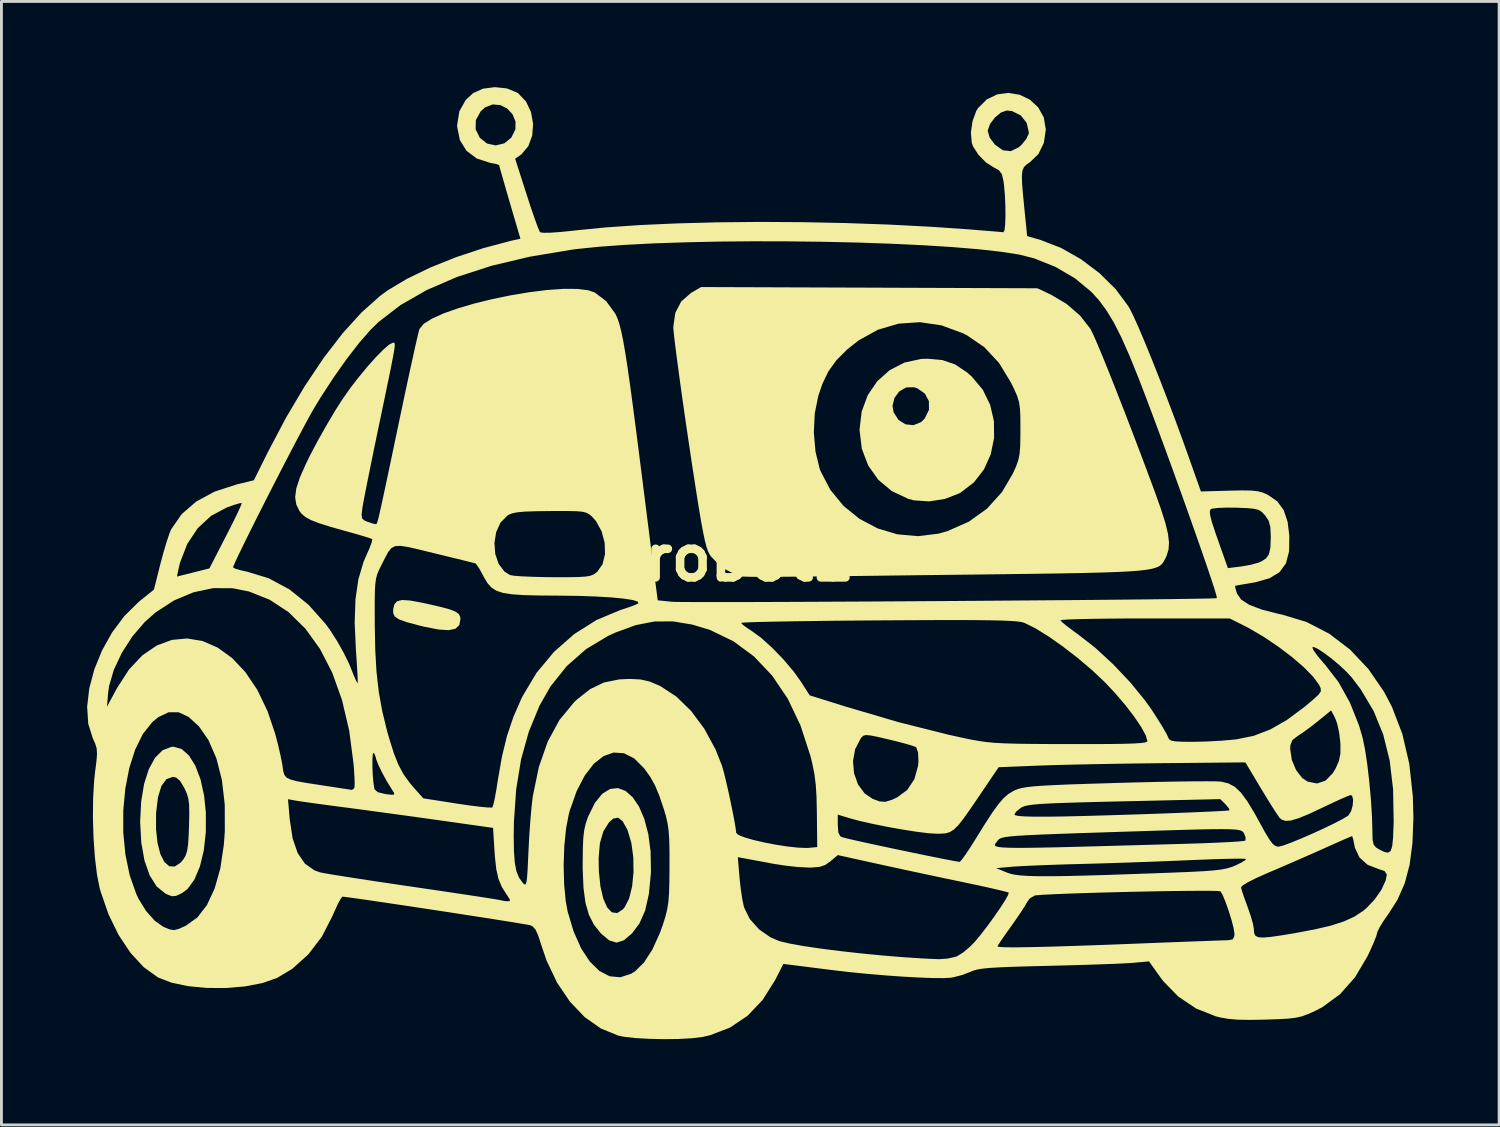
<source format=kicad_pcb>
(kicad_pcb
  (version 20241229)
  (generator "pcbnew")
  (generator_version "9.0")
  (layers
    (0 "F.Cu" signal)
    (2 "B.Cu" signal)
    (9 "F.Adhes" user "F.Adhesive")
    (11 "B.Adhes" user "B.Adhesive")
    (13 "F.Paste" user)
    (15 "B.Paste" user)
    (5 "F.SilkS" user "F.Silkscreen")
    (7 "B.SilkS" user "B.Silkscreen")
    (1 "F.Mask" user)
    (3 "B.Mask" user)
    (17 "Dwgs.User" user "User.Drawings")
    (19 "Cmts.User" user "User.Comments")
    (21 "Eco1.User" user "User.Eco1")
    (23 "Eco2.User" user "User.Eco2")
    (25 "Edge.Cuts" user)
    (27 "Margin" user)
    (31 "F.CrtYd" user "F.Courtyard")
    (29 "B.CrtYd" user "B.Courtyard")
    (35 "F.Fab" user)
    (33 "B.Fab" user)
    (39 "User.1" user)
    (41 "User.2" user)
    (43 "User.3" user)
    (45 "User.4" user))
  (footprint "robot1"
    (layer "F.Cu")
    (at 23.183 16.48)
    (property "Reference" "robot1" (at 0 0 0) (layer "F.SilkS") (effects (font (size 1.5 1.5) (thickness 0.3))))
    (attr board_only exclude_from_pos_files exclude_from_bom)
    (fp_poly (pts (xy -11.879 1.489) (xy -11.473 1.563) (xy -11.29 1.602) (xy -10.824 1.71) (xy -10.499 1.797) (xy -10.291 1.877) (xy -10.175 1.959) (xy -10.126 2.057) (xy -10.118 2.145) (xy -10.158 2.35) (xy -10.29 2.476) (xy -10.527 2.527) (xy -10.885 2.503) (xy -11.376 2.408) (xy -11.599 2.354) (xy -12.002 2.245) (xy -12.264 2.15) (xy -12.412 2.052) (xy -12.471 1.934) (xy -12.471 1.794) (xy -12.428 1.62) (xy -12.331 1.513) (xy -12.156 1.471)) (stroke (width 0) (type solid)) (fill yes) (layer "F.SilkS"))
    (fp_poly (pts (xy 6.75 -6.927) (xy 7.192 -6.776) (xy 7.608 -6.5) (xy 7.775 -6.355) (xy 8.165 -5.89) (xy 8.425 -5.357) (xy 8.556 -4.785) (xy 8.561 -4.199) (xy 8.444 -3.629) (xy 8.208 -3.102) (xy 7.854 -2.645) (xy 7.387 -2.287) (xy 7.344 -2.263) (xy 6.838 -2.066) (xy 6.288 -1.981) (xy 5.756 -2.017) (xy 5.56 -2.068) (xy 4.982 -2.34) (xy 4.509 -2.736) (xy 4.155 -3.236) (xy 3.931 -3.825) (xy 3.852 -4.482) (xy 3.852 -4.495) (xy 3.927 -5.128) (xy 4.001 -5.327) (xy 5.006 -5.327) (xy 5.044 -5.101) (xy 5.216 -4.831) (xy 5.463 -4.677) (xy 5.74 -4.649) (xy 6.005 -4.756) (xy 6.132 -4.88) (xy 6.282 -5.185) (xy 6.28 -5.489) (xy 6.14 -5.753) (xy 5.875 -5.938) (xy 5.759 -5.976) (xy 5.483 -5.969) (xy 5.245 -5.832) (xy 5.075 -5.605) (xy 5.006 -5.327) (xy 4.001 -5.327) (xy 4.139 -5.697) (xy 4.47 -6.185) (xy 4.903 -6.572) (xy 5.419 -6.838) (xy 6 -6.966) (xy 6.223 -6.975)) (stroke (width 0) (type solid)) (fill yes) (layer "F.SilkS"))
    (fp_poly (pts (xy -19.879 6.685) (xy -19.619 6.913) (xy -19.395 7.273) (xy -19.215 7.747) (xy -19.089 8.318) (xy -19.028 8.91) (xy -19.029 9.602) (xy -19.1 10.239) (xy -19.236 10.798) (xy -19.429 11.256) (xy -19.671 11.588) (xy -19.867 11.733) (xy -20.072 11.827) (xy -20.219 11.839) (xy -20.396 11.769) (xy -20.444 11.745) (xy -20.748 11.5) (xy -20.994 11.11) (xy -21.176 10.59) (xy -21.289 9.957) (xy -21.313 9.506) (xy -20.771 9.506) (xy -20.718 9.984) (xy -20.619 10.367) (xy -20.48 10.639) (xy -20.311 10.789) (xy -20.119 10.801) (xy -19.912 10.664) (xy -19.821 10.557) (xy -19.74 10.424) (xy -19.685 10.26) (xy -19.65 10.028) (xy -19.628 9.689) (xy -19.617 9.371) (xy -19.608 8.943) (xy -19.614 8.641) (xy -19.641 8.421) (xy -19.694 8.241) (xy -19.779 8.057) (xy -19.785 8.043) (xy -19.932 7.8) (xy -20.069 7.685) (xy -20.188 7.662) (xy -20.411 7.743) (xy -20.583 7.98) (xy -20.703 8.369) (xy -20.767 8.903) (xy -20.77 8.944) (xy -20.771 9.506) (xy -21.313 9.506) (xy -21.328 9.229) (xy -21.292 8.524) (xy -21.189 7.906) (xy -21.024 7.391) (xy -20.806 6.993) (xy -20.54 6.728) (xy -20.234 6.611) (xy -20.165 6.607)) (stroke (width 0) (type solid)) (fill yes) (layer "F.SilkS"))
    (fp_poly (pts (xy -4.338 8.154) (xy -4.089 8.373) (xy -3.866 8.703) (xy -3.681 9.135) (xy -3.543 9.658) (xy -3.462 10.264) (xy -3.449 10.944) (xy -3.453 11.049) (xy -3.521 11.759) (xy -3.65 12.332) (xy -3.85 12.79) (xy -4.111 13.138) (xy -4.396 13.381) (xy -4.654 13.463) (xy -4.912 13.384) (xy -5.197 13.145) (xy -5.204 13.136) (xy -5.445 12.835) (xy -5.621 12.489) (xy -5.741 12.071) (xy -5.81 11.553) (xy -5.838 10.906) (xy -5.839 10.668) (xy -5.837 10.516) (xy -5.281 10.516) (xy -5.272 10.964) (xy -5.217 11.501) (xy -5.117 11.927) (xy -4.981 12.231) (xy -4.817 12.402) (xy -4.632 12.429) (xy -4.433 12.301) (xy -4.374 12.232) (xy -4.214 11.922) (xy -4.108 11.496) (xy -4.059 11) (xy -4.067 10.478) (xy -4.134 9.977) (xy -4.263 9.54) (xy -4.279 9.503) (xy -4.439 9.213) (xy -4.602 9.088) (xy -4.775 9.125) (xy -4.921 9.258) (xy -5.117 9.574) (xy -5.236 9.985) (xy -5.281 10.516) (xy -5.837 10.516) (xy -5.833 10.177) (xy -5.818 9.814) (xy -5.787 9.538) (xy -5.736 9.309) (xy -5.661 9.086) (xy -5.642 9.039) (xy -5.408 8.567) (xy -5.15 8.251) (xy -4.879 8.084) (xy -4.605 8.054)) (stroke (width 0) (type solid)) (fill yes) (layer "F.SilkS"))
    (fp_poly (pts (xy 4.191 -9.462) (xy 10.075 -9.44) (xy 10.551 -9.217) (xy 11.096 -8.895) (xy 11.57 -8.485) (xy 11.926 -8.029) (xy 11.939 -8.006) (xy 12.033 -7.818) (xy 12.178 -7.488) (xy 12.367 -7.034) (xy 12.594 -6.473) (xy 12.852 -5.822) (xy 13.134 -5.1) (xy 13.433 -4.322) (xy 13.743 -3.507) (xy 14.055 -2.672) (xy 14.17 -2.363) (xy 14.394 -1.736) (xy 14.552 -1.24) (xy 14.647 -0.85) (xy 14.684 -0.542) (xy 14.666 -0.291) (xy 14.599 -0.075) (xy 14.566 -0.007) (xy 14.521 0.082) (xy 14.476 0.16) (xy 14.421 0.227) (xy 14.344 0.286) (xy 14.234 0.336) (xy 14.082 0.379) (xy 13.876 0.415) (xy 13.605 0.446) (xy 13.258 0.471) (xy 12.826 0.492) (xy 12.296 0.51) (xy 11.658 0.526) (xy 10.901 0.54) (xy 10.015 0.553) (xy 8.988 0.566) (xy 7.81 0.581) (xy 6.93 0.591) (xy 5.661 0.606) (xy 4.551 0.62) (xy 3.588 0.632) (xy 2.762 0.641) (xy 2.062 0.649) (xy 1.477 0.655) (xy 0.996 0.659) (xy 0.608 0.661) (xy 0.303 0.661) (xy 0.069 0.659) (xy -0.104 0.655) (xy -0.228 0.649) (xy -0.312 0.641) (xy -0.368 0.63) (xy -0.407 0.618) (xy -0.44 0.603) (xy -0.477 0.586) (xy -0.508 0.574) (xy -0.986 0.322) (xy -1.349 -0.055) (xy -1.402 -0.135) (xy -1.452 -0.237) (xy -1.504 -0.387) (xy -1.56 -0.602) (xy -1.622 -0.896) (xy -1.694 -1.283) (xy -1.777 -1.779) (xy -1.876 -2.399) (xy -1.993 -3.156) (xy -2.127 -4.049) (xy -2.178 -4.395) (xy 2.252 -4.395) (xy 2.309 -3.729) (xy 2.453 -3.134) (xy 2.484 -3.048) (xy 2.828 -2.387) (xy 3.291 -1.823) (xy 3.853 -1.368) (xy 4.489 -1.033) (xy 5.178 -0.828) (xy 5.895 -0.764) (xy 6.62 -0.852) (xy 6.924 -0.938) (xy 7.677 -1.271) (xy 8.316 -1.729) (xy 8.84 -2.311) (xy 9.215 -2.948) (xy 9.331 -3.205) (xy 9.408 -3.42) (xy 9.453 -3.639) (xy 9.475 -3.911) (xy 9.482 -4.284) (xy 9.483 -4.491) (xy 9.481 -4.915) (xy 9.468 -5.219) (xy 9.435 -5.452) (xy 9.372 -5.662) (xy 9.268 -5.9) (xy 9.151 -6.141) (xy 8.733 -6.827) (xy 8.222 -7.376) (xy 7.61 -7.795) (xy 7.471 -7.865) (xy 6.72 -8.142) (xy 5.963 -8.253) (xy 5.218 -8.202) (xy 4.499 -7.99) (xy 3.824 -7.619) (xy 3.425 -7.304) (xy 3.042 -6.92) (xy 2.762 -6.534) (xy 2.547 -6.084) (xy 2.409 -5.678) (xy 2.285 -5.066) (xy 2.252 -4.395) (xy -2.178 -4.395) (xy -2.242 -4.828) (xy -2.348 -5.569) (xy -2.443 -6.253) (xy -2.525 -6.859) (xy -2.591 -7.368) (xy -2.638 -7.759) (xy -2.663 -8.014) (xy -2.666 -8.087) (xy -2.597 -8.579) (xy -2.389 -8.979) (xy -2.047 -9.278) (xy -2.023 -9.292) (xy -1.693 -9.483)) (stroke (width 0) (type solid)) (fill yes) (layer "F.SilkS"))
    (fp_poly (pts (xy -8.493 -16.435) (xy -8.134 -16.289) (xy -8.097 -16.265) (xy -7.822 -15.977) (xy -7.647 -15.607) (xy -7.574 -15.195) (xy -7.605 -14.784) (xy -7.741 -14.414) (xy -7.983 -14.128) (xy -8.016 -14.104) (xy -8.202 -13.974) (xy -7.802 -12.725) (xy -7.66 -12.288) (xy -7.529 -11.909) (xy -7.423 -11.615) (xy -7.35 -11.438) (xy -7.328 -11.4) (xy -7.218 -11.382) (xy -6.969 -11.385) (xy -6.608 -11.411) (xy -6.165 -11.456) (xy -6.082 -11.466) (xy -5.033 -11.57) (xy -3.842 -11.652) (xy -2.533 -11.711) (xy -1.132 -11.748) (xy 0.335 -11.763) (xy 1.844 -11.754) (xy 3.369 -11.723) (xy 4.886 -11.669) (xy 6.368 -11.592) (xy 7.578 -11.509) (xy 8.02 -11.474) (xy 8.403 -11.443) (xy 8.696 -11.419) (xy 8.864 -11.404) (xy 8.89 -11.401) (xy 8.926 -11.472) (xy 8.949 -11.675) (xy 8.959 -11.969) (xy 8.956 -12.318) (xy 8.94 -12.684) (xy 8.911 -13.027) (xy 8.891 -13.188) (xy 8.834 -13.434) (xy 8.727 -13.575) (xy 8.563 -13.663) (xy 8.28 -13.842) (xy 8.016 -14.109) (xy 7.826 -14.402) (xy 7.779 -14.532) (xy 7.75 -14.891) (xy 7.757 -14.944) (xy 8.34 -14.944) (xy 8.408 -14.711) (xy 8.587 -14.471) (xy 8.868 -14.271) (xy 9.146 -14.239) (xy 9.425 -14.376) (xy 9.532 -14.471) (xy 9.689 -14.669) (xy 9.774 -14.853) (xy 9.779 -14.891) (xy 9.703 -15.228) (xy 9.497 -15.489) (xy 9.196 -15.64) (xy 9.007 -15.663) (xy 8.804 -15.593) (xy 8.592 -15.418) (xy 8.421 -15.192) (xy 8.341 -14.969) (xy 8.34 -14.944) (xy 7.757 -14.944) (xy 7.807 -15.29) (xy 7.937 -15.644) (xy 7.996 -15.742) (xy 8.306 -16.051) (xy 8.672 -16.227) (xy 9.066 -16.278) (xy 9.456 -16.213) (xy 9.811 -16.043) (xy 10.103 -15.776) (xy 10.3 -15.423) (xy 10.372 -14.995) (xy 10.303 -14.53) (xy 10.111 -14.136) (xy 9.813 -13.85) (xy 9.803 -13.843) (xy 9.685 -13.763) (xy 9.603 -13.675) (xy 9.553 -13.553) (xy 9.534 -13.37) (xy 9.542 -13.097) (xy 9.574 -12.709) (xy 9.622 -12.221) (xy 9.719 -11.266) (xy 10.193 -11.129) (xy 10.904 -10.854) (xy 11.603 -10.457) (xy 12.253 -9.966) (xy 12.816 -9.411) (xy 13.254 -8.82) (xy 13.312 -8.721) (xy 13.443 -8.458) (xy 13.622 -8.06) (xy 13.838 -7.549) (xy 14.083 -6.95) (xy 14.346 -6.287) (xy 14.618 -5.583) (xy 14.891 -4.863) (xy 15.153 -4.149) (xy 15.32 -3.683) (xy 15.8 -2.328) (xy 16.801 -2.356) (xy 17.247 -2.365) (xy 17.564 -2.36) (xy 17.792 -2.335) (xy 17.97 -2.288) (xy 18.139 -2.212) (xy 18.142 -2.211) (xy 18.471 -1.984) (xy 18.697 -1.677) (xy 18.835 -1.265) (xy 18.895 -0.781) (xy 18.887 -0.234) (xy 18.778 0.185) (xy 18.556 0.493) (xy 18.206 0.708) (xy 17.715 0.848) (xy 17.605 0.868) (xy 17.312 0.917) (xy 17.095 0.955) (xy 16.998 0.976) (xy 16.996 0.976) (xy 17.006 1.055) (xy 17.059 1.23) (xy 17.066 1.249) (xy 17.209 1.455) (xy 17.493 1.639) (xy 17.927 1.805) (xy 18.518 1.956) (xy 18.65 1.983) (xy 19.497 2.24) (xy 20.291 2.65) (xy 21.016 3.202) (xy 21.661 3.884) (xy 22.211 4.684) (xy 22.485 5.207) (xy 22.85 6.158) (xy 23.094 7.205) (xy 23.219 8.358) (xy 23.238 9.102) (xy 23.204 9.986) (xy 23.105 10.74) (xy 22.933 11.389) (xy 22.681 11.961) (xy 22.394 12.412) (xy 22.2 12.692) (xy 22.053 12.931) (xy 21.977 13.088) (xy 21.971 13.115) (xy 21.936 13.242) (xy 21.841 13.479) (xy 21.705 13.784) (xy 21.631 13.94) (xy 21.194 14.677) (xy 20.666 15.272) (xy 20.047 15.724) (xy 19.796 15.854) (xy 19.554 15.963) (xy 19.346 16.04) (xy 19.132 16.09) (xy 18.871 16.122) (xy 18.522 16.142) (xy 18.045 16.158) (xy 17.506 16.168) (xy 17.092 16.16) (xy 16.763 16.132) (xy 16.475 16.081) (xy 16.323 16.043) (xy 15.632 15.77) (xy 15.008 15.351) (xy 14.478 14.806) (xy 14.378 14.672) (xy 13.984 14.12) (xy 13.427 14.17) (xy 13.194 14.185) (xy 12.821 14.203) (xy 12.335 14.221) (xy 11.765 14.24) (xy 11.139 14.258) (xy 10.484 14.275) (xy 10.456 14.276) (xy 9.734 14.293) (xy 9.16 14.311) (xy 8.715 14.33) (xy 8.379 14.351) (xy 8.131 14.377) (xy 7.952 14.409) (xy 7.821 14.448) (xy 7.745 14.481) (xy 7.465 14.59) (xy 7.139 14.675) (xy 7.055 14.69) (xy 6.811 14.705) (xy 6.427 14.703) (xy 5.936 14.685) (xy 5.366 14.653) (xy 4.748 14.609) (xy 4.112 14.555) (xy 3.486 14.493) (xy 2.921 14.427) (xy 2.489 14.373) (xy 2.079 14.321) (xy 1.743 14.278) (xy 1.566 14.256) (xy 1.185 14.209) (xy 0.9 14.77) (xy 0.462 15.466) (xy -0.067 16.023) (xy -0.684 16.437) (xy -1.384 16.706) (xy -1.641 16.764) (xy -2.006 16.809) (xy -2.474 16.835) (xy -2.995 16.842) (xy -3.523 16.83) (xy -4.009 16.802) (xy -4.406 16.756) (xy -4.591 16.718) (xy -5.203 16.468) (xy -5.772 16.067) (xy -6.286 15.528) (xy -6.732 14.869) (xy -7.097 14.104) (xy -7.287 13.55) (xy -7.396 13.211) (xy -7.491 13.004) (xy -7.593 12.893) (xy -7.673 12.855) (xy -7.789 12.832) (xy -8.049 12.788) (xy -8.432 12.726) (xy -8.914 12.649) (xy -9.472 12.562) (xy -10.084 12.467) (xy -10.727 12.368) (xy -11.378 12.269) (xy -12.014 12.173) (xy -12.613 12.084) (xy -13.152 12.004) (xy -13.608 11.938) (xy -13.958 11.889) (xy -14.179 11.86) (xy -14.246 11.853) (xy -14.308 11.926) (xy -14.413 12.121) (xy -14.54 12.4) (xy -14.588 12.513) (xy -14.963 13.247) (xy -15.442 13.876) (xy -16.005 14.382) (xy -16.535 14.698) (xy -17.041 14.876) (xy -17.649 14.994) (xy -18.314 15.052) (xy -18.995 15.049) (xy -19.648 14.987) (xy -20.229 14.865) (xy -20.696 14.684) (xy -20.709 14.677) (xy -21.204 14.321) (xy -21.666 13.82) (xy -22.082 13.195) (xy -22.436 12.47) (xy -22.714 11.666) (xy -22.744 11.557) (xy -22.839 11.08) (xy -22.911 10.482) (xy -22.959 9.807) (xy -22.981 9.102) (xy -22.978 8.836) (xy -21.918 8.836) (xy -21.918 9.614) (xy -21.844 10.378) (xy -21.695 11.099) (xy -21.468 11.748) (xy -21.381 11.933) (xy -21.121 12.354) (xy -20.822 12.692) (xy -20.521 12.907) (xy -20.494 12.92) (xy -20.286 13.003) (xy -20.132 13.024) (xy -19.963 12.978) (xy -19.721 12.866) (xy -19.324 12.581) (xy -18.989 12.147) (xy -18.721 11.572) (xy -18.522 10.865) (xy -18.398 10.035) (xy -18.364 9.567) (xy -18.367 8.631) (xy -18.388 8.443) (xy -16.153 8.443) (xy -16.091 9.153) (xy -15.991 9.814) (xy -15.815 10.327) (xy -15.561 10.698) (xy -15.226 10.935) (xy -15.032 11.003) (xy -14.88 11.033) (xy -14.581 11.084) (xy -14.157 11.152) (xy -13.63 11.234) (xy -13.022 11.327) (xy -12.354 11.426) (xy -11.769 11.512) (xy -11.078 11.613) (xy -10.44 11.708) (xy -9.874 11.793) (xy -9.399 11.865) (xy -9.035 11.922) (xy -8.802 11.96) (xy -8.721 11.976) (xy -8.567 12.009) (xy -8.482 12.016) (xy -8.388 12.009) (xy -8.39 11.948) (xy -8.49 11.795) (xy -8.501 11.78) (xy -8.671 11.509) (xy -8.787 11.23) (xy -8.863 10.894) (xy -8.911 10.455) (xy -8.926 10.248) (xy -8.959 9.71) (xy -8.252 9.71) (xy -8.245 10.255) (xy -8.215 10.662) (xy -8.158 10.964) (xy -8.066 11.19) (xy -7.934 11.373) (xy -7.932 11.376) (xy -7.876 11.427) (xy -7.836 11.424) (xy -7.806 11.346) (xy -7.784 11.171) (xy -7.764 10.878) (xy -7.758 10.754) (xy -6.505 10.754) (xy -6.488 11.414) (xy -6.432 12.009) (xy -6.366 12.372) (xy -6.154 13.078) (xy -5.892 13.665) (xy -5.588 14.127) (xy -5.253 14.455) (xy -4.894 14.641) (xy -4.522 14.676) (xy -4.144 14.553) (xy -4.004 14.466) (xy -3.693 14.16) (xy -3.399 13.704) (xy -3.133 13.119) (xy -3.029 12.827) (xy -2.943 12.552) (xy -2.882 12.307) (xy -2.841 12.052) (xy -2.817 11.75) (xy -2.805 11.359) (xy -2.8 10.842) (xy -2.8 10.795) (xy -2.8 10.472) (xy -0.408 10.472) (xy -0.349 11.184) (xy -0.308 11.564) (xy -0.255 11.924) (xy -0.199 12.195) (xy -0.189 12.231) (xy 0.01 12.636) (xy 0.336 13) (xy 0.745 13.284) (xy 1.058 13.414) (xy 1.402 13.495) (xy 1.885 13.582) (xy 2.478 13.67) (xy 3.153 13.756) (xy 3.879 13.838) (xy 4.628 13.911) (xy 5.37 13.972) (xy 6.076 14.018) (xy 6.628 14.043) (xy 6.933 14.022) (xy 7.222 13.956) (xy 7.267 13.939) (xy 7.475 13.811) (xy 7.723 13.602) (xy 7.73 13.594) (xy 8.678 13.594) (xy 8.751 13.615) (xy 8.973 13.626) (xy 9.346 13.628) (xy 9.873 13.62) (xy 10.557 13.604) (xy 11.402 13.577) (xy 12.411 13.542) (xy 13.377 13.505) (xy 14.098 13.476) (xy 14.773 13.45) (xy 15.382 13.427) (xy 15.904 13.408) (xy 16.318 13.393) (xy 16.604 13.383) (xy 16.742 13.379) (xy 16.743 13.379) (xy 16.913 13.351) (xy 16.971 13.234) (xy 16.974 13.144) (xy 16.945 12.956) (xy 16.873 12.676) (xy 16.774 12.356) (xy 16.665 12.047) (xy 16.563 11.8) (xy 16.485 11.668) (xy 16.39 11.656) (xy 16.148 11.65) (xy 15.783 11.649) (xy 15.316 11.652) (xy 14.77 11.658) (xy 14.168 11.668) (xy 13.533 11.681) (xy 12.887 11.696) (xy 12.253 11.713) (xy 11.653 11.731) (xy 11.11 11.75) (xy 10.648 11.769) (xy 10.287 11.787) (xy 10.051 11.805) (xy 9.984 11.814) (xy 9.813 11.914) (xy 9.719 12.042) (xy 9.632 12.194) (xy 9.471 12.44) (xy 9.266 12.739) (xy 9.154 12.896) (xy 8.95 13.183) (xy 8.79 13.415) (xy 8.695 13.561) (xy 8.678 13.594) (xy 7.73 13.594) (xy 7.888 13.432) (xy 8.099 13.178) (xy 8.33 12.877) (xy 8.562 12.559) (xy 8.773 12.253) (xy 8.943 11.99) (xy 9.05 11.8) (xy 9.074 11.713) (xy 9.074 11.713) (xy 8.981 11.683) (xy 8.748 11.625) (xy 8.402 11.545) (xy 8.344 11.532) (xy 17.203 11.532) (xy 17.239 11.662) (xy 17.32 11.899) (xy 17.428 12.195) (xy 17.436 12.217) (xy 17.544 12.531) (xy 17.622 12.805) (xy 17.653 12.983) (xy 17.653 12.986) (xy 17.662 13.125) (xy 17.705 13.22) (xy 17.804 13.273) (xy 17.983 13.286) (xy 18.264 13.261) (xy 18.67 13.201) (xy 19.105 13.128) (xy 19.809 12.995) (xy 20.371 12.862) (xy 20.818 12.716) (xy 21.176 12.551) (xy 21.474 12.355) (xy 21.59 12.259) (xy 21.879 11.956) (xy 22.115 11.617) (xy 22.266 11.292) (xy 22.308 11.08) (xy 22.228 10.957) (xy 22.016 10.886) (xy 21.635 10.74) (xy 21.349 10.481) (xy 21.189 10.139) (xy 21.177 10.077) (xy 21.136 9.865) (xy 21.099 9.746) (xy 21.09 9.737) (xy 21.005 9.769) (xy 20.797 9.859) (xy 20.495 9.992) (xy 20.131 10.155) (xy 20.097 10.171) (xy 19.594 10.394) (xy 19.021 10.645) (xy 18.462 10.886) (xy 18.161 11.014) (xy 17.755 11.194) (xy 17.446 11.349) (xy 17.255 11.467) (xy 17.203 11.532) (xy 8.344 11.532) (xy 7.969 11.45) (xy 7.475 11.346) (xy 7.436 11.337) (xy 6.806 11.206) (xy 6.11 11.058) (xy 5.413 10.909) (xy 5.171 10.856) (xy 8.636 10.856) (xy 9.017 11.013) (xy 9.139 11.054) (xy 9.295 11.087) (xy 9.5 11.112) (xy 9.765 11.129) (xy 10.104 11.138) (xy 10.531 11.139) (xy 11.057 11.133) (xy 11.696 11.118) (xy 12.46 11.096) (xy 13.364 11.065) (xy 14.419 11.027) (xy 14.817 11.012) (xy 15.431 10.987) (xy 15.902 10.962) (xy 16.258 10.935) (xy 16.525 10.902) (xy 16.73 10.86) (xy 16.9 10.807) (xy 17.009 10.762) (xy 17.23 10.654) (xy 17.361 10.568) (xy 17.379 10.535) (xy 17.285 10.526) (xy 17.047 10.524) (xy 16.689 10.531) (xy 16.236 10.544) (xy 15.712 10.564) (xy 15.441 10.575) (xy 14.725 10.605) (xy 13.91 10.637) (xy 13.064 10.666) (xy 12.256 10.692) (xy 11.642 10.709) (xy 11.052 10.725) (xy 10.484 10.744) (xy 9.972 10.764) (xy 9.55 10.784) (xy 9.252 10.802) (xy 9.186 10.807) (xy 8.636 10.856) (xy 5.171 10.856) (xy 4.779 10.771) (xy 4.466 10.703) (xy 3.091 10.399) (xy 2.83 10.618) (xy 2.649 10.746) (xy 2.455 10.812) (xy 2.183 10.834) (xy 2.047 10.834) (xy 1.694 10.816) (xy 1.268 10.77) (xy 0.857 10.707) (xy 0.847 10.705) (xy 0.484 10.637) (xy 0.149 10.575) (xy -0.094 10.53) (xy -0.119 10.525) (xy -0.408 10.472) (xy -2.8 10.472) (xy -2.8 10.259) (xy -2.809 9.853) (xy -2.831 9.54) (xy -2.869 9.278) (xy -2.926 9.031) (xy -2.993 8.805) (xy -3.153 8.331) (xy -3.302 7.969) (xy -3.468 7.67) (xy -3.674 7.38) (xy -3.694 7.355) (xy -4.037 7.013) (xy -4.394 6.834) (xy -4.756 6.81) (xy -5.111 6.936) (xy -5.452 7.206) (xy -5.767 7.615) (xy -6.048 8.156) (xy -6.284 8.823) (xy -6.323 8.962) (xy -6.421 9.471) (xy -6.482 10.087) (xy -6.505 10.754) (xy -7.758 10.754) (xy -7.744 10.443) (xy -7.736 10.275) (xy -7.71 9.76) (xy -7.674 9.239) (xy -7.633 8.766) (xy -7.592 8.397) (xy -7.584 8.34) (xy -7.372 7.314) (xy -7.061 6.424) (xy -6.65 5.669) (xy -6.137 5.047) (xy -6.051 4.964) (xy -5.577 4.59) (xy -5.097 4.359) (xy -4.557 4.249) (xy -4.189 4.233) (xy -3.813 4.252) (xy -3.501 4.322) (xy -3.159 4.466) (xy -3.106 4.493) (xy -2.556 4.854) (xy -2.04 5.358) (xy -1.578 5.982) (xy -1.189 6.701) (xy -0.967 7.258) (xy -0.905 7.471) (xy -0.826 7.791) (xy -0.737 8.179) (xy -0.649 8.59) (xy -0.569 8.985) (xy -0.507 9.32) (xy -0.471 9.554) (xy -0.466 9.622) (xy -0.387 9.695) (xy -0.175 9.779) (xy 0.138 9.869) (xy 0.516 9.957) (xy 0.926 10.036) (xy 1.333 10.099) (xy 1.704 10.139) (xy 2.004 10.15) (xy 2.088 10.145) (xy 2.371 10.118) (xy 2.359 8.983) (xy 3.09 8.983) (xy 3.09 9.354) (xy 3.109 9.608) (xy 3.177 9.739) (xy 3.242 9.773) (xy 3.395 9.813) (xy 3.676 9.879) (xy 4.056 9.963) (xy 4.507 10.061) (xy 5.001 10.166) (xy 5.512 10.273) (xy 6.01 10.377) (xy 6.469 10.47) (xy 6.86 10.548) (xy 7.155 10.604) (xy 7.327 10.633) (xy 7.359 10.635) (xy 7.432 10.559) (xy 7.571 10.368) (xy 7.752 10.094) (xy 7.795 10.025) (xy 8.591 10.025) (xy 8.591 10.062) (xy 8.628 10.091) (xy 8.712 10.115) (xy 8.854 10.131) (xy 9.063 10.142) (xy 9.351 10.146) (xy 9.728 10.145) (xy 10.204 10.138) (xy 10.79 10.126) (xy 11.496 10.108) (xy 12.333 10.086) (xy 13.312 10.058) (xy 14.442 10.027) (xy 15.297 10.003) (xy 15.864 9.985) (xy 16.372 9.964) (xy 16.8 9.943) (xy 17.122 9.922) (xy 17.314 9.902) (xy 17.357 9.891) (xy 17.365 9.783) (xy 17.318 9.659) (xy 17.294 9.614) (xy 17.262 9.577) (xy 17.212 9.546) (xy 17.129 9.522) (xy 16.999 9.505) (xy 16.811 9.495) (xy 16.55 9.491) (xy 16.203 9.493) (xy 15.758 9.501) (xy 15.201 9.516) (xy 14.518 9.536) (xy 13.697 9.562) (xy 12.725 9.593) (xy 12.366 9.605) (xy 11.493 9.633) (xy 10.773 9.659) (xy 10.192 9.681) (xy 9.734 9.703) (xy 9.384 9.724) (xy 9.126 9.746) (xy 8.945 9.77) (xy 8.825 9.797) (xy 8.752 9.828) (xy 8.71 9.865) (xy 8.705 9.871) (xy 8.658 9.93) (xy 8.617 9.981) (xy 8.591 10.025) (xy 7.795 10.025) (xy 7.909 9.843) (xy 8.237 9.315) (xy 8.457 8.977) (xy 9.271 8.977) (xy 9.311 9.008) (xy 9.437 9.032) (xy 9.66 9.047) (xy 9.989 9.055) (xy 10.435 9.055) (xy 11.007 9.047) (xy 11.716 9.03) (xy 12.571 9.006) (xy 13.583 8.974) (xy 13.885 8.964) (xy 14.566 8.94) (xy 15.192 8.916) (xy 15.742 8.893) (xy 16.198 8.873) (xy 16.539 8.855) (xy 16.746 8.841) (xy 16.802 8.833) (xy 16.776 8.758) (xy 16.662 8.623) (xy 16.659 8.62) (xy 16.478 8.44) (xy 13.104 8.517) (xy 12.248 8.537) (xy 11.546 8.555) (xy 10.981 8.573) (xy 10.535 8.59) (xy 10.194 8.609) (xy 9.94 8.631) (xy 9.758 8.656) (xy 9.631 8.685) (xy 9.543 8.719) (xy 9.5 8.744) (xy 9.341 8.871) (xy 9.271 8.973) (xy 9.271 8.977) (xy 8.457 8.977) (xy 8.498 8.913) (xy 8.711 8.618) (xy 8.893 8.408) (xy 9.06 8.262) (xy 9.229 8.159) (xy 9.297 8.126) (xy 9.406 8.085) (xy 9.54 8.049) (xy 9.716 8.019) (xy 9.951 7.993) (xy 10.263 7.97) (xy 10.669 7.949) (xy 11.186 7.927) (xy 11.833 7.905) (xy 12.626 7.881) (xy 12.915 7.872) (xy 13.655 7.852) (xy 14.354 7.836) (xy 14.992 7.825) (xy 15.546 7.818) (xy 15.996 7.816) (xy 16.321 7.818) (xy 16.5 7.827) (xy 16.511 7.828) (xy 16.765 7.891) (xy 16.988 8.011) (xy 17.201 8.212) (xy 17.425 8.515) (xy 17.682 8.943) (xy 17.816 9.186) (xy 18.033 9.579) (xy 18.191 9.843) (xy 18.31 10.003) (xy 18.408 10.082) (xy 18.502 10.104) (xy 18.527 10.103) (xy 18.69 10.061) (xy 18.967 9.959) (xy 19.321 9.814) (xy 19.715 9.643) (xy 20.111 9.461) (xy 20.472 9.287) (xy 20.762 9.136) (xy 20.943 9.026) (xy 20.966 9.007) (xy 21.057 8.863) (xy 21.113 8.661) (xy 21.128 8.462) (xy 21.094 8.325) (xy 21.047 8.297) (xy 20.944 8.332) (xy 20.722 8.427) (xy 20.416 8.567) (xy 20.094 8.72) (xy 19.595 8.954) (xy 19.22 9.109) (xy 18.947 9.19) (xy 18.753 9.202) (xy 18.618 9.152) (xy 18.551 9.09) (xy 18.458 8.957) (xy 18.3 8.714) (xy 18.101 8.394) (xy 17.888 8.043) (xy 17.357 7.154) (xy 14.436 7.182) (xy 13.67 7.191) (xy 12.89 7.202) (xy 12.128 7.216) (xy 11.42 7.23) (xy 10.798 7.245) (xy 10.296 7.261) (xy 10.118 7.267) (xy 8.721 7.324) (xy 8.069 8.287) (xy 7.75 8.756) (xy 7.505 9.103) (xy 7.314 9.347) (xy 7.156 9.505) (xy 7.01 9.596) (xy 6.857 9.639) (xy 6.674 9.651) (xy 6.547 9.652) (xy 6.255 9.633) (xy 5.841 9.581) (xy 5.35 9.504) (xy 4.824 9.41) (xy 4.309 9.306) (xy 3.846 9.201) (xy 3.493 9.105) (xy 3.09 8.983) (xy 2.359 8.983) (xy 2.359 8.932) (xy 2.347 8.379) (xy 2.32 7.941) (xy 2.272 7.561) (xy 2.196 7.185) (xy 2.177 7.107) (xy 3.623 7.107) (xy 3.659 7.533) (xy 3.798 7.926) (xy 4.033 8.244) (xy 4.309 8.43) (xy 4.556 8.521) (xy 4.756 8.534) (xy 4.982 8.466) (xy 5.165 8.382) (xy 5.521 8.12) (xy 5.771 7.741) (xy 5.901 7.275) (xy 5.914 7.103) (xy 5.9 6.808) (xy 5.858 6.686) (xy 18.925 6.686) (xy 18.982 7.068) (xy 19.131 7.423) (xy 19.344 7.7) (xy 19.533 7.827) (xy 19.866 7.893) (xy 20.161 7.794) (xy 20.417 7.531) (xy 20.517 7.363) (xy 20.63 7.106) (xy 20.682 6.859) (xy 20.684 6.543) (xy 20.678 6.434) (xy 20.636 6.096) (xy 20.566 5.785) (xy 20.5 5.609) (xy 20.359 5.335) (xy 19.904 5.705) (xy 19.628 5.922) (xy 19.361 6.116) (xy 19.186 6.231) (xy 19 6.375) (xy 18.931 6.556) (xy 18.925 6.686) (xy 5.858 6.686) (xy 5.841 6.637) (xy 5.818 6.616) (xy 5.694 6.569) (xy 5.445 6.496) (xy 5.112 6.409) (xy 4.865 6.349) (xy 4.485 6.261) (xy 4.234 6.211) (xy 4.08 6.197) (xy 3.989 6.219) (xy 3.925 6.276) (xy 3.895 6.313) (xy 3.7 6.687) (xy 3.623 7.107) (xy 2.177 7.107) (xy 2.132 6.925) (xy 1.786 5.863) (xy 1.34 4.927) (xy 0.796 4.12) (xy 0.159 3.447) (xy -0.567 2.912) (xy -1.379 2.52) (xy -2.005 2.33) (xy -2.358 2.272) (xy -0.294 2.272) (xy -0.227 2.345) (xy -0.058 2.467) (xy 0.057 2.54) (xy 0.403 2.791) (xy 0.794 3.143) (xy 1.19 3.552) (xy 1.547 3.975) (xy 1.778 4.296) (xy 2.109 4.808) (xy 3.341 5.194) (xy 5.212 5.745) (xy 6.967 6.186) (xy 7.509 6.306) (xy 7.786 6.362) (xy 8.04 6.407) (xy 8.294 6.442) (xy 8.573 6.469) (xy 8.9 6.487) (xy 9.3 6.5) (xy 9.797 6.507) (xy 10.414 6.512) (xy 11.176 6.514) (xy 11.197 6.514) (xy 11.979 6.514) (xy 12.605 6.511) (xy 13.092 6.504) (xy 13.452 6.493) (xy 13.7 6.477) (xy 13.852 6.455) (xy 13.92 6.427) (xy 13.928 6.412) (xy 13.87 6.21) (xy 13.711 5.916) (xy 13.467 5.555) (xy 13.159 5.154) (xy 12.805 4.738) (xy 12.446 4.356) (xy 11.998 3.933) (xy 11.497 3.507) (xy 10.977 3.104) (xy 10.471 2.748) (xy 10.013 2.464) (xy 9.634 2.276) (xy 9.606 2.265) (xy 9.511 2.24) (xy 9.356 2.219) (xy 9.131 2.203) (xy 8.822 2.19) (xy 8.418 2.181) (xy 8.337 2.18) (xy 10.883 2.18) (xy 10.95 2.254) (xy 11.125 2.397) (xy 11.375 2.583) (xy 11.493 2.667) (xy 12.106 3.146) (xy 12.737 3.729) (xy 13.339 4.366) (xy 13.861 5.008) (xy 14.073 5.307) (xy 14.289 5.641) (xy 14.472 5.938) (xy 14.6 6.161) (xy 14.646 6.26) (xy 14.684 6.341) (xy 14.761 6.392) (xy 14.91 6.42) (xy 15.163 6.432) (xy 15.523 6.435) (xy 15.991 6.424) (xy 16.499 6.397) (xy 16.955 6.357) (xy 17.053 6.346) (xy 17.647 6.225) (xy 18.223 6.005) (xy 18.807 5.671) (xy 19.43 5.209) (xy 19.724 4.961) (xy 19.916 4.786) (xy 19.999 4.668) (xy 19.993 4.559) (xy 19.938 4.443) (xy 19.736 4.164) (xy 19.412 3.832) (xy 18.996 3.473) (xy 18.54 3.127) (xy 19.701 3.127) (xy 19.741 3.228) (xy 19.873 3.415) (xy 20.074 3.655) (xy 20.156 3.746) (xy 20.615 4.341) (xy 21.014 5.058) (xy 21.332 5.854) (xy 21.46 6.293) (xy 21.544 6.698) (xy 21.623 7.223) (xy 21.693 7.822) (xy 21.75 8.445) (xy 21.788 9.044) (xy 21.802 9.571) (xy 21.802 9.577) (xy 21.809 9.861) (xy 21.845 10.029) (xy 21.928 10.131) (xy 22.035 10.197) (xy 22.222 10.29) (xy 22.354 10.315) (xy 22.442 10.254) (xy 22.496 10.086) (xy 22.526 9.794) (xy 22.543 9.356) (xy 22.547 9.228) (xy 22.527 8.097) (xy 22.407 7.087) (xy 22.182 6.18) (xy 21.845 5.355) (xy 21.391 4.594) (xy 21.078 4.18) (xy 20.883 3.97) (xy 20.637 3.741) (xy 20.37 3.518) (xy 20.112 3.324) (xy 19.894 3.181) (xy 19.747 3.114) (xy 19.701 3.127) (xy 18.54 3.127) (xy 18.518 3.11) (xy 18.009 2.766) (xy 17.499 2.466) (xy 17.338 2.382) (xy 16.811 2.117) (xy 13.845 2.117) (xy 13.156 2.118) (xy 12.524 2.123) (xy 11.967 2.131) (xy 11.506 2.141) (xy 11.159 2.153) (xy 10.946 2.167) (xy 10.883 2.18) (xy 8.337 2.18) (xy 7.906 2.175) (xy 7.274 2.173) (xy 6.51 2.174) (xy 5.601 2.178) (xy 4.535 2.184) (xy 4.508 2.184) (xy 3.624 2.191) (xy 2.793 2.199) (xy 2.029 2.209) (xy 1.348 2.219) (xy 0.765 2.23) (xy 0.294 2.241) (xy -0.048 2.253) (xy -0.247 2.264) (xy -0.294 2.272) (xy -2.358 2.272) (xy -2.684 2.219) (xy -3.328 2.223) (xy -3.979 2.349) (xy -4.675 2.603) (xy -4.946 2.726) (xy -5.716 3.187) (xy -6.395 3.783) (xy -6.968 4.5) (xy -7.351 5.172) (xy -7.724 6.08) (xy -7.994 7.046) (xy -8.166 8.096) (xy -8.246 9.256) (xy -8.252 9.71) (xy -8.959 9.71) (xy -8.975 9.447) (xy -10.922 9.172) (xy -11.584 9.079) (xy -12.29 8.982) (xy -12.988 8.887) (xy -13.627 8.8) (xy -14.157 8.73) (xy -14.224 8.722) (xy -14.708 8.658) (xy -15.153 8.598) (xy -15.524 8.546) (xy -15.783 8.508) (xy -15.866 8.495) (xy -16.153 8.443) (xy -18.388 8.443) (xy -18.466 7.774) (xy -18.658 7.015) (xy -18.938 6.371) (xy -19.266 5.899) (xy -19.628 5.565) (xy -19.982 5.399) (xy -20.333 5.4) (xy -20.689 5.569) (xy -20.899 5.742) (xy -21.232 6.159) (xy -21.502 6.705) (xy -21.708 7.353) (xy -21.847 8.073) (xy -21.918 8.836) (xy -22.978 8.836) (xy -22.974 8.413) (xy -22.938 7.786) (xy -22.904 7.477) (xy -22.856 7.105) (xy -22.837 6.851) (xy -22.85 6.666) (xy -22.899 6.502) (xy -22.986 6.31) (xy -23.145 5.8) (xy -23.183 5.21) (xy -23.183 5.207) (xy -22.489 5.207) (xy -22.135 4.55) (xy -21.715 3.9) (xy -21.247 3.405) (xy -20.744 3.062) (xy -20.217 2.867) (xy -19.678 2.817) (xy -19.14 2.908) (xy -18.614 3.137) (xy -18.111 3.5) (xy -17.645 3.994) (xy -17.227 4.616) (xy -16.868 5.362) (xy -16.599 6.16) (xy -16.498 6.549) (xy -16.411 6.929) (xy -16.351 7.233) (xy -16.342 7.298) (xy -16.317 7.47) (xy -16.279 7.596) (xy -16.201 7.688) (xy -16.06 7.757) (xy -15.829 7.816) (xy -15.483 7.878) (xy -14.998 7.952) (xy -14.949 7.96) (xy -14.56 8.019) (xy -14.234 8.069) (xy -14.006 8.104) (xy -13.914 8.118) (xy -13.838 8.063) (xy -13.826 8.035) (xy -13.819 7.913) (xy -13.826 7.667) (xy -13.847 7.343) (xy -13.858 7.21) (xy -13.878 7.053) (xy -13.198 7.053) (xy -13.198 7.306) (xy -13.186 7.589) (xy -13.164 7.855) (xy -13.133 8.058) (xy -13.122 8.1) (xy -13.006 8.199) (xy -12.737 8.265) (xy -12.542 8.286) (xy -12.441 8.284) (xy -12.437 8.23) (xy -12.529 8.082) (xy -12.54 8.064) (xy -12.701 7.803) (xy -12.859 7.512) (xy -12.99 7.241) (xy -13.069 7.039) (xy -13.081 6.976) (xy -13.134 6.841) (xy -13.159 6.82) (xy -13.186 6.875) (xy -13.198 7.053) (xy -13.878 7.053) (xy -14.011 6.039) (xy -14.262 4.973) (xy -14.603 4.019) (xy -15.032 3.184) (xy -15.542 2.476) (xy -16.129 1.899) (xy -16.79 1.463) (xy -17.518 1.173) (xy -18.088 1.059) (xy -18.767 1.055) (xy -19.463 1.202) (xy -20.145 1.488) (xy -20.782 1.901) (xy -21.168 2.242) (xy -21.601 2.747) (xy -21.968 3.318) (xy -22.247 3.909) (xy -22.414 4.476) (xy -22.446 4.7) (xy -22.489 5.207) (xy -23.183 5.207) (xy -23.109 4.568) (xy -22.932 3.901) (xy -22.662 3.238) (xy -22.309 2.606) (xy -21.881 2.033) (xy -21.388 1.546) (xy -21.341 1.507) (xy -20.846 1.108) (xy -20.73 0.651) (xy -20.039 0.651) (xy -19.472 0.508) (xy -18.904 0.365) (xy -18.886 0.33) (xy -18.076 0.33) (xy -18.001 0.374) (xy -17.804 0.431) (xy -17.59 0.478) (xy -16.826 0.71) (xy -16.104 1.099) (xy -15.435 1.636) (xy -14.836 2.309) (xy -14.679 2.525) (xy -14.435 2.907) (xy -14.201 3.322) (xy -14.016 3.699) (xy -13.966 3.821) (xy -13.855 4.1) (xy -13.767 4.301) (xy -13.718 4.386) (xy -13.715 4.386) (xy -13.712 4.297) (xy -13.721 4.071) (xy -13.74 3.739) (xy -13.768 3.334) (xy -13.776 3.221) (xy -13.819 2.265) (xy -13.794 1.536) (xy -13.118 1.536) (xy -13.117 2.02) (xy -13.116 2.328) (xy -13.099 3.225) (xy -13.054 3.999) (xy -12.974 4.694) (xy -12.855 5.357) (xy -12.691 6.032) (xy -12.617 6.294) (xy -12.451 6.825) (xy -12.289 7.235) (xy -12.109 7.57) (xy -11.888 7.876) (xy -11.75 8.038) (xy -11.417 8.413) (xy -10.238 8.597) (xy -9.81 8.66) (xy -9.443 8.706) (xy -9.168 8.732) (xy -9.018 8.735) (xy -9 8.73) (xy -8.964 8.63) (xy -8.913 8.399) (xy -8.854 8.074) (xy -8.809 7.783) (xy -8.663 6.945) (xy -8.486 6.222) (xy -8.264 5.563) (xy -7.979 4.912) (xy -7.946 4.844) (xy -7.455 4.022) (xy -6.845 3.289) (xy -6.137 2.665) (xy -5.353 2.17) (xy -4.532 1.827) (xy -4.237 1.729) (xy -4.009 1.645) (xy -3.893 1.592) (xy -3.889 1.589) (xy -3.908 1.528) (xy -4.081 1.472) (xy -4.392 1.423) (xy -4.824 1.381) (xy -5.363 1.349) (xy -5.991 1.327) (xy -6.689 1.318) (xy -7.374 1.313) (xy -7.913 1.299) (xy -8.326 1.27) (xy -8.636 1.22) (xy -8.865 1.143) (xy -9.035 1.032) (xy -9.168 0.883) (xy -9.286 0.687) (xy -9.336 0.591) (xy -9.459 0.368) (xy -9.561 0.22) (xy -9.596 0.188) (xy -9.698 0.162) (xy -9.935 0.102) (xy -10.279 0.018) (xy -10.703 -0.085) (xy -11.048 -0.169) (xy -11.565 -0.296) (xy -11.944 -0.383) (xy -12.214 -0.424) (xy -12.402 -0.414) (xy -12.536 -0.345) (xy -12.645 -0.21) (xy -12.756 -0.004) (xy -12.886 0.254) (xy -12.968 0.42) (xy -13.029 0.566) (xy -13.071 0.722) (xy -13.098 0.916) (xy -13.112 1.178) (xy -13.118 1.536) (xy -13.794 1.536) (xy -13.791 1.445) (xy -13.689 0.744) (xy -13.511 0.144) (xy -13.423 -0.063) (xy -13.301 -0.338) (xy -13.232 -0.524) (xy -8.927 -0.524) (xy -8.898 -0.139) (xy -8.779 0.208) (xy -8.574 0.478) (xy -8.382 0.597) (xy -8.241 0.622) (xy -7.965 0.643) (xy -7.587 0.659) (xy -7.14 0.67) (xy -6.884 0.672) (xy -6.379 0.673) (xy -6.015 0.668) (xy -5.762 0.654) (xy -5.591 0.628) (xy -5.472 0.585) (xy -5.378 0.523) (xy -5.33 0.484) (xy -5.143 0.219) (xy -5.057 -0.134) (xy -5.069 -0.532) (xy -5.175 -0.931) (xy -5.37 -1.288) (xy -5.512 -1.448) (xy -5.603 -1.526) (xy -5.701 -1.581) (xy -5.835 -1.617) (xy -6.035 -1.636) (xy -6.332 -1.644) (xy -6.755 -1.644) (xy -6.987 -1.643) (xy -7.499 -1.636) (xy -7.871 -1.623) (xy -8.132 -1.598) (xy -8.312 -1.561) (xy -8.439 -1.507) (xy -8.469 -1.488) (xy -8.715 -1.239) (xy -8.867 -0.904) (xy -8.927 -0.524) (xy -13.232 -0.524) (xy -13.222 -0.55) (xy -13.202 -0.655) (xy -13.204 -0.659) (xy -13.297 -0.696) (xy -13.519 -0.766) (xy -13.835 -0.858) (xy -14.141 -0.943) (xy -14.676 -1.094) (xy -15.072 -1.219) (xy -15.354 -1.329) (xy -15.549 -1.437) (xy -15.682 -1.554) (xy -15.753 -1.647) (xy -15.864 -1.875) (xy -15.902 -2.129) (xy -15.862 -2.434) (xy -15.738 -2.815) (xy -15.525 -3.297) (xy -15.373 -3.607) (xy -15.112 -4.1) (xy -14.807 -4.642) (xy -14.499 -5.161) (xy -14.262 -5.534) (xy -13.997 -5.913) (xy -13.7 -6.301) (xy -13.391 -6.675) (xy -13.094 -7.01) (xy -12.829 -7.281) (xy -12.619 -7.464) (xy -12.484 -7.535) (xy -12.48 -7.535) (xy -12.449 -7.535) (xy -12.427 -7.524) (xy -12.416 -7.487) (xy -12.418 -7.406) (xy -12.436 -7.267) (xy -12.474 -7.053) (xy -12.533 -6.749) (xy -12.616 -6.338) (xy -12.727 -5.804) (xy -12.867 -5.131) (xy -12.984 -4.572) (xy -13.117 -3.934) (xy -13.24 -3.331) (xy -13.35 -2.789) (xy -13.441 -2.332) (xy -13.508 -1.986) (xy -13.545 -1.777) (xy -13.548 -1.758) (xy -13.577 -1.514) (xy -13.557 -1.382) (xy -13.47 -1.308) (xy -13.381 -1.271) (xy -13.194 -1.208) (xy -13.089 -1.185) (xy -13.072 -1.185) (xy -13.057 -1.192) (xy -13.039 -1.222) (xy -13.016 -1.289) (xy -12.985 -1.406) (xy -12.942 -1.588) (xy -12.883 -1.849) (xy -12.807 -2.203) (xy -12.708 -2.664) (xy -12.585 -3.247) (xy -12.434 -3.966) (xy -12.252 -4.834) (xy -12.228 -4.949) (xy -12.084 -5.631) (xy -11.948 -6.266) (xy -11.825 -6.834) (xy -11.719 -7.313) (xy -11.634 -7.685) (xy -11.576 -7.928) (xy -11.552 -8.014) (xy -11.405 -8.194) (xy -11.113 -8.378) (xy -10.702 -8.562) (xy -10.195 -8.741) (xy -9.617 -8.91) (xy -8.992 -9.063) (xy -8.346 -9.196) (xy -7.703 -9.303) (xy -7.086 -9.379) (xy -6.521 -9.419) (xy -6.032 -9.418) (xy -5.644 -9.371) (xy -5.419 -9.294) (xy -5.016 -8.989) (xy -4.7 -8.557) (xy -4.674 -8.506) (xy -4.61 -8.359) (xy -4.548 -8.167) (xy -4.485 -7.916) (xy -4.419 -7.592) (xy -4.347 -7.181) (xy -4.268 -6.669) (xy -4.178 -6.041) (xy -4.076 -5.285) (xy -3.959 -4.385) (xy -3.853 -3.556) (xy -3.754 -2.776) (xy -3.658 -2.017) (xy -3.568 -1.304) (xy -3.486 -0.658) (xy -3.416 -0.105) (xy -3.36 0.333) (xy -3.322 0.631) (xy -3.316 0.677) (xy -3.213 1.482) (xy -2.707 1.533) (xy -2.571 1.538) (xy -2.282 1.541) (xy -1.854 1.543) (xy -1.3 1.544) (xy -0.633 1.543) (xy 0.134 1.542) (xy 0.989 1.539) (xy 1.917 1.535) (xy 2.906 1.53) (xy 3.943 1.525) (xy 5.014 1.519) (xy 6.107 1.512) (xy 7.208 1.505) (xy 8.305 1.497) (xy 9.384 1.489) (xy 10.433 1.481) (xy 11.437 1.473) (xy 12.385 1.464) (xy 13.263 1.456) (xy 14.058 1.447) (xy 14.756 1.439) (xy 15.345 1.431) (xy 15.812 1.423) (xy 16.144 1.416) (xy 16.327 1.409) (xy 16.36 1.405) (xy 16.344 1.317) (xy 16.276 1.087) (xy 16.161 0.734) (xy 16.006 0.275) (xy 15.817 -0.272) (xy 15.601 -0.889) (xy 15.364 -1.558) (xy 15.334 -1.644) (xy 16.112 -1.644) (xy 16.122 -1.503) (xy 16.182 -1.265) (xy 16.299 -0.907) (xy 16.392 -0.641) (xy 16.745 0.355) (xy 17.22 0.296) (xy 17.53 0.242) (xy 17.804 0.167) (xy 17.918 0.121) (xy 18.082 0.013) (xy 18.181 -0.13) (xy 18.231 -0.351) (xy 18.245 -0.691) (xy 18.246 -0.764) (xy 18.23 -1.084) (xy 18.172 -1.302) (xy 18.053 -1.484) (xy 18.041 -1.498) (xy 17.935 -1.61) (xy 17.821 -1.682) (xy 17.659 -1.723) (xy 17.408 -1.746) (xy 17.047 -1.76) (xy 16.688 -1.763) (xy 16.389 -1.751) (xy 16.193 -1.727) (xy 16.147 -1.711) (xy 16.112 -1.644) (xy 15.334 -1.644) (xy 15.113 -2.262) (xy 14.852 -2.984) (xy 14.59 -3.704) (xy 14.332 -4.406) (xy 14.084 -5.072) (xy 13.853 -5.684) (xy 13.645 -6.225) (xy 13.613 -6.308) (xy 13.299 -7.083) (xy 13.017 -7.719) (xy 12.754 -8.238) (xy 12.496 -8.665) (xy 12.232 -9.022) (xy 11.963 -9.317) (xy 11.389 -9.791) (xy 10.707 -10.19) (xy 9.969 -10.486) (xy 9.44 -10.62) (xy 8.799 -10.719) (xy 8.011 -10.807) (xy 7.095 -10.883) (xy 6.075 -10.947) (xy 4.97 -10.999) (xy 3.802 -11.04) (xy 2.593 -11.067) (xy 1.363 -11.082) (xy 0.134 -11.085) (xy -1.074 -11.074) (xy -2.238 -11.049) (xy -3.338 -11.012) (xy -4.353 -10.96) (xy -5.261 -10.894) (xy -6.041 -10.814) (xy -6.223 -10.79) (xy -7.692 -10.545) (xy -9.03 -10.227) (xy -10.232 -9.838) (xy -11.293 -9.38) (xy -12.209 -8.856) (xy -12.974 -8.267) (xy -13.262 -7.988) (xy -13.657 -7.536) (xy -14.098 -6.966) (xy -14.558 -6.315) (xy -15.012 -5.618) (xy -15.244 -5.237) (xy -15.382 -4.993) (xy -15.572 -4.644) (xy -15.803 -4.208) (xy -16.065 -3.708) (xy -16.348 -3.163) (xy -16.64 -2.595) (xy -16.931 -2.023) (xy -17.211 -1.47) (xy -17.469 -0.954) (xy -17.694 -0.498) (xy -17.877 -0.122) (xy -18.006 0.153) (xy -18.071 0.307) (xy -18.076 0.33) (xy -18.886 0.33) (xy -18.323 -0.765) (xy -18.122 -1.16) (xy -17.955 -1.499) (xy -17.835 -1.755) (xy -17.775 -1.901) (xy -17.771 -1.924) (xy -17.859 -1.912) (xy -18.058 -1.852) (xy -18.288 -1.771) (xy -18.845 -1.475) (xy -19.312 -1.043) (xy -19.679 -0.491) (xy -19.933 0.166) (xy -19.995 0.429) (xy -20.039 0.651) (xy -20.73 0.651) (xy -20.614 0.187) (xy -20.505 -0.216) (xy -20.395 -0.585) (xy -20.297 -0.873) (xy -20.24 -1.007) (xy -19.872 -1.537) (xy -19.362 -1.977) (xy -18.717 -2.325) (xy -17.945 -2.575) (xy -17.348 -2.719) (xy -16.86 -3.7) (xy -16.222 -4.911) (xy -15.566 -6.016) (xy -14.902 -7.006) (xy -14.237 -7.868) (xy -13.581 -8.591) (xy -12.94 -9.164) (xy -12.658 -9.371) (xy -11.981 -9.775) (xy -11.173 -10.166) (xy -10.273 -10.527) (xy -9.318 -10.844) (xy -8.346 -11.102) (xy -8.242 -11.125) (xy -8.018 -11.175) (xy -8.391 -12.447) (xy -8.518 -12.884) (xy -8.626 -13.26) (xy -8.708 -13.547) (xy -8.755 -13.716) (xy -8.763 -13.749) (xy -8.837 -13.781) (xy -9.021 -13.821) (xy -9.081 -13.831) (xy -9.548 -13.982) (xy -9.904 -14.252) (xy -10.137 -14.627) (xy -10.213 -15.003) (xy -9.585 -15.003) (xy -9.439 -14.707) (xy -9.185 -14.505) (xy -8.882 -14.441) (xy -8.58 -14.514) (xy -8.338 -14.711) (xy -8.195 -14.997) (xy -8.189 -15.278) (xy -8.293 -15.53) (xy -8.479 -15.729) (xy -8.72 -15.852) (xy -8.987 -15.875) (xy -9.253 -15.773) (xy -9.409 -15.633) (xy -9.578 -15.326) (xy -9.585 -15.003) (xy -10.213 -15.003) (xy -10.231 -15.089) (xy -10.232 -15.155) (xy -10.156 -15.632) (xy -9.933 -16.031) (xy -9.674 -16.27) (xy -9.329 -16.426) (xy -8.913 -16.48)) (stroke (width 0) (type solid)) (fill yes) (layer "F.SilkS")))
  (gr_rect
    (start -3 -3)
    (end 49.421 36.322)
    (stroke (width 0.1) (type default))
    (fill no)
    (layer "Edge.Cuts")))
</source>
